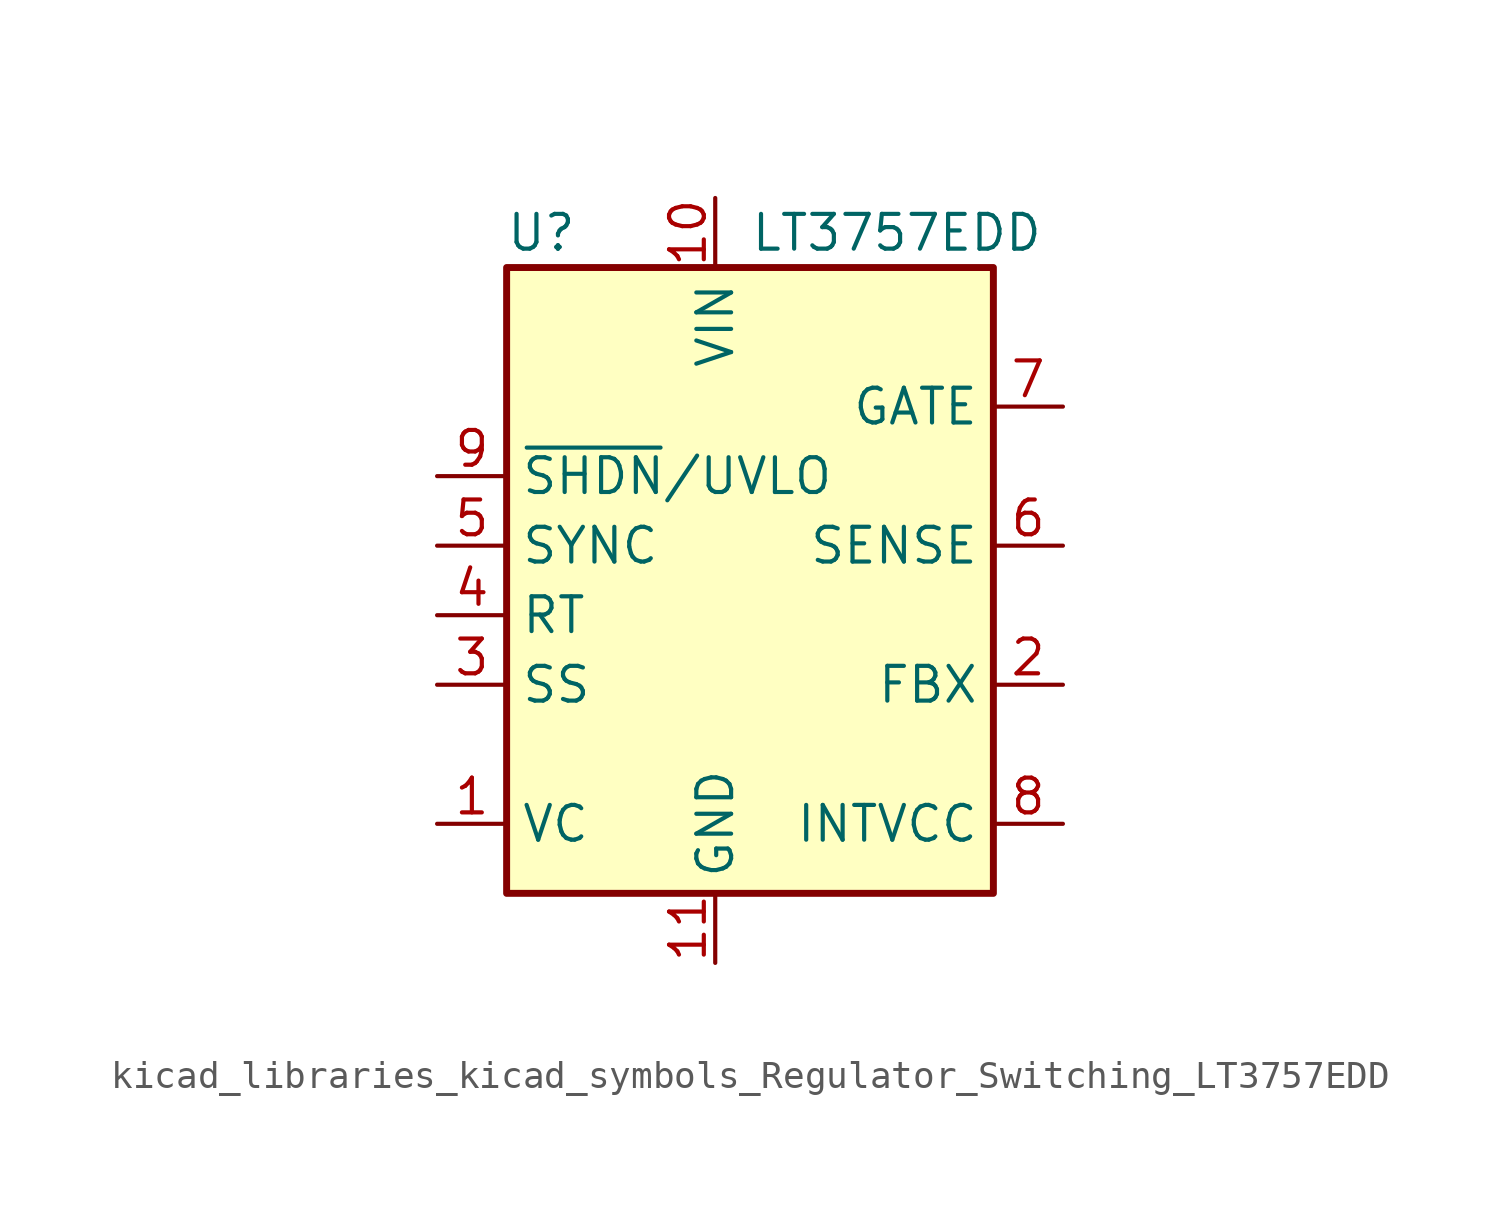
<source format=kicad_sym>
(kicad_symbol_lib
  (version 20220914)
  (generator kicad_symbol_editor)
  (symbol "kicad_libraries_kicad_symbols_Regulator_Switching_LT3757EDD"
    (property "Reference" "U"
      (at -6.35 11.43 0)
      (effects (font (size 1.27 1.27))))
    (property "Value" "LT3757EDD"
      (at 1.27 11.43 0)
      (effects (font (size 1.27 1.27)) (justify left)))
    (symbol "kicad_libraries_kicad_symbols_Regulator_Switching_LT3757EDD_0_1"
      (rectangle (start -7.62 10.16) (end 10.16 -12.7) (stroke (width 0.254) (type default)) (fill (type background))))
    (symbol "kicad_libraries_kicad_symbols_Regulator_Switching_LT3757EDD_1_1"
      (pin input line (at -10.16 -10.16 0) (length 2.54) (name "VC" (effects (font (size 1.27 1.27)))) (number "1" (effects (font (size 1.27 1.27)))))
      (pin power_in line (at 0 12.7 270) (length 2.54) (name "VIN" (effects (font (size 1.27 1.27)))) (number "10" (effects (font (size 1.27 1.27)))))
      (pin power_in line (at 0 -15.24 90) (length 2.54) (name "GND" (effects (font (size 1.27 1.27)))) (number "11" (effects (font (size 1.27 1.27)))))
      (pin input line (at 12.7 -5.08 180) (length 2.54) (name "FBX" (effects (font (size 1.27 1.27)))) (number "2" (effects (font (size 1.27 1.27)))))
      (pin input line (at -10.16 -5.08 0) (length 2.54) (name "SS" (effects (font (size 1.27 1.27)))) (number "3" (effects (font (size 1.27 1.27)))))
      (pin input line (at -10.16 -2.54 0) (length 2.54) (name "RT" (effects (font (size 1.27 1.27)))) (number "4" (effects (font (size 1.27 1.27)))))
      (pin input line (at -10.16 0 0) (length 2.54) (name "SYNC" (effects (font (size 1.27 1.27)))) (number "5" (effects (font (size 1.27 1.27)))))
      (pin input line (at 12.7 0 180) (length 2.54) (name "SENSE" (effects (font (size 1.27 1.27)))) (number "6" (effects (font (size 1.27 1.27)))))
      (pin output line (at 12.7 5.08 180) (length 2.54) (name "GATE" (effects (font (size 1.27 1.27)))) (number "7" (effects (font (size 1.27 1.27)))))
      (pin output line (at 12.7 -10.16 180) (length 2.54) (name "INTVCC" (effects (font (size 1.27 1.27)))) (number "8" (effects (font (size 1.27 1.27)))))
      (pin input line (at -10.16 2.54 0) (length 2.54) (name "~{SHDN}/UVLO" (effects (font (size 1.27 1.27)))) (number "9" (effects (font (size 1.27 1.27))))))))
</source>
